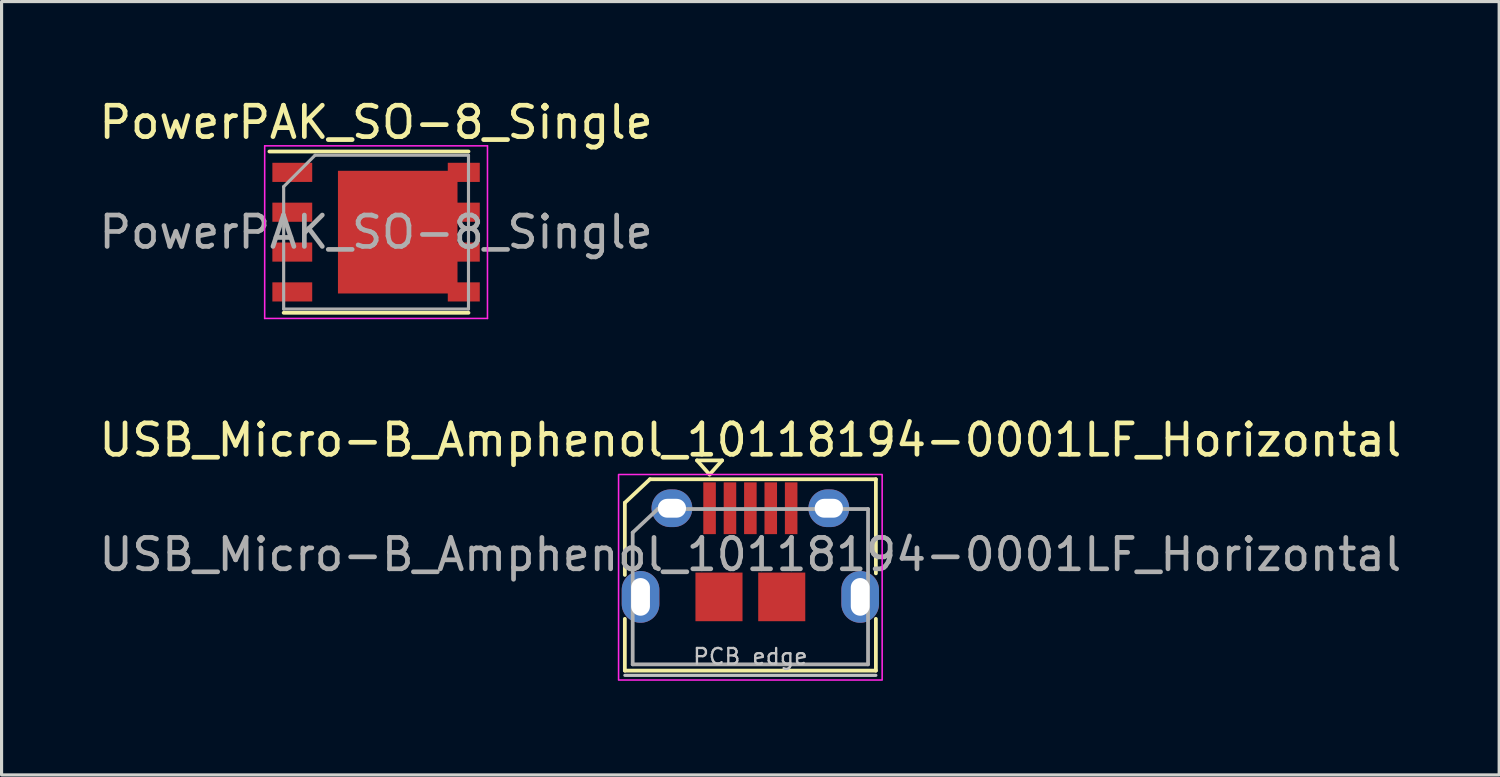
<source format=kicad_pcb>
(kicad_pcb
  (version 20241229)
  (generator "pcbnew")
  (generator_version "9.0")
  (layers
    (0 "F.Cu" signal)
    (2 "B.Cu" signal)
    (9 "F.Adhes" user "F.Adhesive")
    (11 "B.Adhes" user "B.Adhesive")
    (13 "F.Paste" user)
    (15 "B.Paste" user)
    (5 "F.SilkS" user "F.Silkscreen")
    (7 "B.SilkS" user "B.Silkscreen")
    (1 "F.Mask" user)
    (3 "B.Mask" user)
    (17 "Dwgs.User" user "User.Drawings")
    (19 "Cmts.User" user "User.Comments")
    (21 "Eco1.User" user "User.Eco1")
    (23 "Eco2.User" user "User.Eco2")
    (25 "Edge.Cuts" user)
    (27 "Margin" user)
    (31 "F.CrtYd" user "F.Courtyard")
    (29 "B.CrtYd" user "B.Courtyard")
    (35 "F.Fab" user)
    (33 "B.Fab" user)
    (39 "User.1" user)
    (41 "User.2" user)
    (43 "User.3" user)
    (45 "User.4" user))
  (footprint "USB_Micro-B_Amphenol_10118194-0001LF_Horizontal"
    (layer "F.Cu")
    (at 20.863 15.972)
    (property "Reference" "USB_Micro-B_Amphenol_10118194-0001LF_Horizontal" (at 0 -5 0) (layer "F.SilkS") (effects (font (size 1 1) (thickness 0.15))))
    (attr smd)
    (fp_line (start -4 -3) (end -3.2 -3.75) (stroke (width 0.12) (type solid)) (layer "F.SilkS"))
    (fp_line (start -4 -0.7) (end -4 -3) (stroke (width 0.12) (type solid)) (layer "F.SilkS"))
    (fp_line (start -4 0.7) (end -4 2.35) (stroke (width 0.12) (type solid)) (layer "F.SilkS"))
    (fp_line (start -3.2 -3.75) (end 4 -3.75) (stroke (width 0.12) (type solid)) (layer "F.SilkS"))
    (fp_line (start -1.7 -4.35) (end -0.9 -4.35) (stroke (width 0.12) (type solid)) (layer "F.SilkS"))
    (fp_line (start -1.3 -3.9) (end -1.7 -4.35) (stroke (width 0.12) (type solid)) (layer "F.SilkS"))
    (fp_line (start -0.9 -4.35) (end -1.3 -3.9) (stroke (width 0.12) (type solid)) (layer "F.SilkS"))
    (fp_line (start 4 -0.75) (end 4 -3.75) (stroke (width 0.12) (type solid)) (layer "F.SilkS"))
    (fp_line (start 4 0.7) (end 4 2.35) (stroke (width 0.12) (type solid)) (layer "F.SilkS"))
    (fp_line (start 4 2.35) (end -4 2.35) (stroke (width 0.12) (type solid)) (layer "F.SilkS"))
    (fp_line (start -4 2.5) (end 4 2.5) (stroke (width 0.1) (type solid)) (layer "Dwgs.User"))
    (fp_rect (start -4.2 -3.9) (end 4.2 2.65) (stroke (width 0.05) (type solid)) (fill no) (layer "F.CrtYd"))
    (fp_line (start -3.75 -2.05) (end -2.95 -2.8) (stroke (width 0.12) (type solid)) (layer "F.Fab"))
    (fp_line (start -3.75 2.15) (end -3.75 -2.05) (stroke (width 0.12) (type solid)) (layer "F.Fab"))
    (fp_line (start -2.95 -2.8) (end 3.75 -2.8) (stroke (width 0.12) (type solid)) (layer "F.Fab"))
    (fp_line (start 3.75 -2.8) (end 3.75 2.15) (stroke (width 0.12) (type solid)) (layer "F.Fab"))
    (fp_line (start 3.75 2.15) (end -3.75 2.15) (stroke (width 0.12) (type solid)) (layer "F.Fab"))
    (fp_text user "PCB edge" (at 0 1.9 0) (layer "Dwgs.User") (effects (font (size 0.5 0.5) (thickness 0.075))))
    (fp_text user "${REFERENCE}" (at 0 -1.35 0) (layer "F.Fab") (effects (font (size 1 1) (thickness 0.15))))
    (pad "1" smd rect (at -1.3 -2.825 90) (size 1.65 0.4) (layers "F.Cu" "F.Mask" "F.Paste"))
    (pad "2" smd rect (at -0.65 -2.825 90) (size 1.65 0.4) (layers "F.Cu" "F.Mask" "F.Paste"))
    (pad "3" smd rect (at 0 -2.825 90) (size 1.65 0.4) (layers "F.Cu" "F.Mask" "F.Paste"))
    (pad "4" smd rect (at 0.65 -2.825 90) (size 1.65 0.4) (layers "F.Cu" "F.Mask" "F.Paste"))
    (pad "5" smd rect (at 1.3 -2.825 90) (size 1.65 0.4) (layers "F.Cu" "F.Mask" "F.Paste"))
    (pad "6" thru_hole oval (at -3.5 0 90) (size 1.65 1.2) (drill oval 1.2 0.6) (layers "*.Cu" "*.Mask"))
    (pad "6" thru_hole oval (at -2.5 -2.825 180) (size 1.3 1.2) (drill oval 0.9 0.6) (layers "*.Cu" "*.Mask"))
    (pad "6" smd rect (at -1 0 90) (size 1.55 1.5) (layers "F.Cu" "F.Mask" "F.Paste"))
    (pad "6" smd rect (at 1 0 90) (size 1.55 1.5) (layers "F.Cu" "F.Mask" "F.Paste"))
    (pad "6" thru_hole oval (at 2.5 -2.825 180) (size 1.3 1.2) (drill oval 0.9 0.6) (layers "*.Cu" "*.Mask"))
    (pad "6" thru_hole oval (at 3.5 0 90) (size 1.65 1.2) (drill oval 1.2 0.6) (layers "*.Cu" "*.Mask")))
  (footprint "PowerPAK_SO-8_Single"
    (layer "F.Cu")
    (at 8.935 4.348)
    (property "Reference" "PowerPAK_SO-8_Single" (at 0 -3.5 0) (layer "F.SilkS") (effects (font (size 1 1) (thickness 0.15))))
    (attr smd)
    (fp_line (start -3.4 -2.57) (end 2.945 -2.57) (stroke (width 0.12) (type solid)) (layer "F.SilkS"))
    (fp_line (start -2.945 2.57) (end 2.945 2.57) (stroke (width 0.12) (type solid)) (layer "F.SilkS"))
    (fp_line (start -3.55 -2.75) (end -3.55 2.75) (stroke (width 0.05) (type solid)) (layer "F.CrtYd"))
    (fp_line (start -3.55 -2.75) (end 3.55 -2.75) (stroke (width 0.05) (type solid)) (layer "F.CrtYd"))
    (fp_line (start -3.55 2.75) (end 3.55 2.75) (stroke (width 0.05) (type solid)) (layer "F.CrtYd"))
    (fp_line (start 3.55 -2.75) (end 3.55 2.75) (stroke (width 0.05) (type solid)) (layer "F.CrtYd"))
    (fp_line (start -2.945 2.45) (end -2.945 -1.45) (stroke (width 0.1) (type solid)) (layer "F.Fab"))
    (fp_line (start -1.945 -2.45) (end -2.945 -1.45) (stroke (width 0.1) (type solid)) (layer "F.Fab"))
    (fp_line (start -1.945 -2.45) (end 2.945 -2.45) (stroke (width 0.1) (type solid)) (layer "F.Fab"))
    (fp_line (start 2.945 -2.45) (end 2.945 2.45) (stroke (width 0.1) (type solid)) (layer "F.Fab"))
    (fp_line (start 2.945 2.45) (end -2.945 2.45) (stroke (width 0.1) (type solid)) (layer "F.Fab"))
    (fp_text user "${REFERENCE}" (at 0 0 0) (layer "F.Fab") (effects (font (size 1 1) (thickness 0.15))))
    (pad "1" smd rect (at 0.69 0) (size 3.81 3.91) (layers "F.Cu" "F.Mask" "F.Paste"))
    (pad "1" smd rect (at 2.795 -1.905) (size 1.02 0.61) (layers "F.Cu" "F.Mask" "F.Paste"))
    (pad "1" smd rect (at 2.795 -0.635) (size 1.02 0.61) (layers "F.Cu" "F.Mask" "F.Paste"))
    (pad "1" smd rect (at 2.795 0.635) (size 1.02 0.61) (layers "F.Cu" "F.Mask" "F.Paste"))
    (pad "1" smd rect (at 2.795 1.905) (size 1.02 0.61) (layers "F.Cu" "F.Mask" "F.Paste"))
    (pad "2" smd rect (at -2.67 1.905) (size 1.27 0.61) (layers "F.Cu" "F.Mask" "F.Paste"))
    (pad "3" smd rect (at -2.67 -1.905) (size 1.27 0.61) (layers "F.Cu" "F.Mask" "F.Paste"))
    (pad "3" smd rect (at -2.67 -0.635) (size 1.27 0.61) (layers "F.Cu" "F.Mask" "F.Paste"))
    (pad "3" smd rect (at -2.67 0.635) (size 1.27 0.61) (layers "F.Cu" "F.Mask" "F.Paste")))
  (gr_rect
    (start -3 -3)
    (end 44.726 21.646)
    (stroke (width 0.1) (type default))
    (fill no)
    (layer "Edge.Cuts")))
</source>
